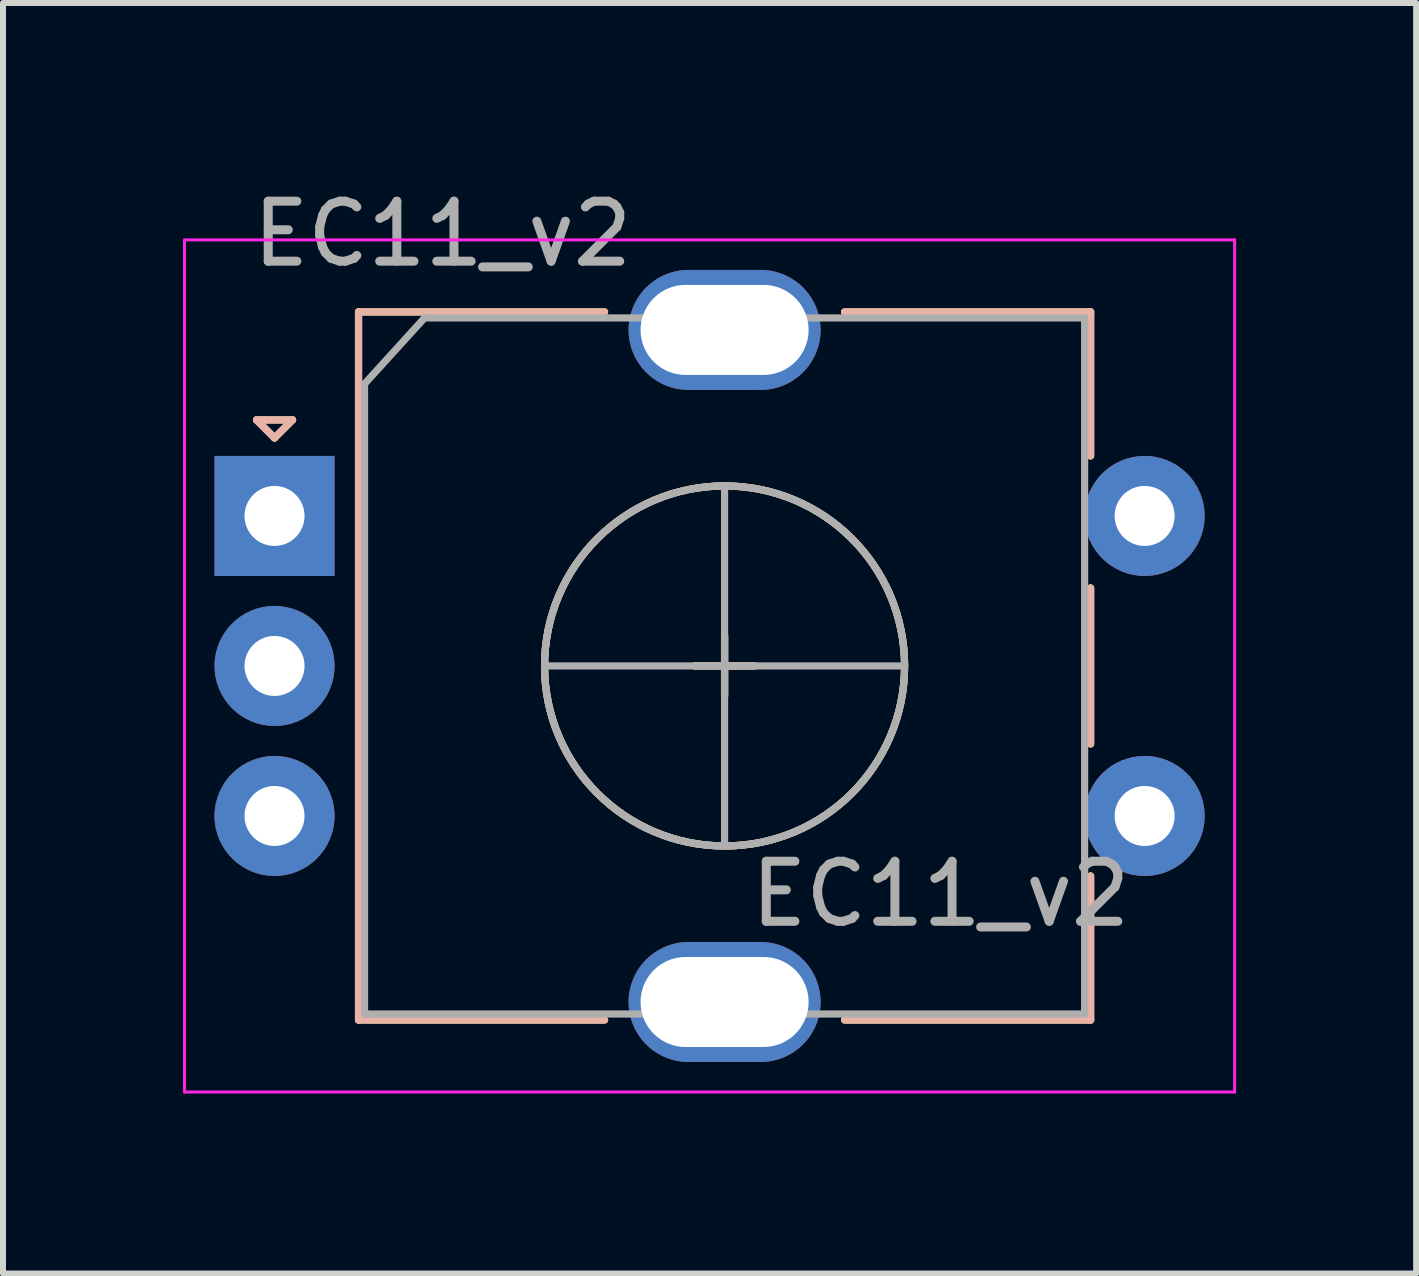
<source format=kicad_pcb>
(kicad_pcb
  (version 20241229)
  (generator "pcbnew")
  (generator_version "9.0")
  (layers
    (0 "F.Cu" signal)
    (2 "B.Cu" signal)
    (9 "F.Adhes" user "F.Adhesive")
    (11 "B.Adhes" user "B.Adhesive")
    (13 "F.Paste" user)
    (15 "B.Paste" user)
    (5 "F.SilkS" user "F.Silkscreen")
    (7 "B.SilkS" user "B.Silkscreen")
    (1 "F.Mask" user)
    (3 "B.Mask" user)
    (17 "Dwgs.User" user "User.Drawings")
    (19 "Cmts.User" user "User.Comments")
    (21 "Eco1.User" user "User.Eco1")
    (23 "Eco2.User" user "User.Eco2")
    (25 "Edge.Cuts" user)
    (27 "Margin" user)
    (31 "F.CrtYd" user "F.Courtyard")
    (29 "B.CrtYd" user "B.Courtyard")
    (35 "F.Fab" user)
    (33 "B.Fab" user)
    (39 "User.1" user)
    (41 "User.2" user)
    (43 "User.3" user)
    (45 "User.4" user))
  (footprint "EC11_v2"
    (layer "F.Cu")
    (at 9.025 8.048)
    (property "Reference" "EC11_v2" (at -4.7 -7.2 0) (layer "F.Fab") (effects (font (size 1 1) (thickness 0.15))))
    (attr through_hole)
    (fp_line (start -7.8 -4.1) (end -7.2 -4.1) (stroke (width 0.12) (type solid)) (layer "F.SilkS"))
    (fp_line (start -7.5 -3.8) (end -7.8 -4.1) (stroke (width 0.12) (type solid)) (layer "F.SilkS"))
    (fp_line (start -7.2 -4.1) (end -7.5 -3.8) (stroke (width 0.12) (type solid)) (layer "F.SilkS"))
    (fp_line (start -6.1 -5.9) (end -6.1 5.9) (stroke (width 0.12) (type solid)) (layer "F.SilkS"))
    (fp_line (start -2 -5.9) (end -6.1 -5.9) (stroke (width 0.12) (type solid)) (layer "F.SilkS"))
    (fp_line (start -2 5.9) (end -6.1 5.9) (stroke (width 0.12) (type solid)) (layer "F.SilkS"))
    (fp_line (start -0.5 0) (end 0.5 0) (stroke (width 0.12) (type solid)) (layer "F.SilkS"))
    (fp_line (start 0 -0.5) (end 0 0.5) (stroke (width 0.12) (type solid)) (layer "F.SilkS"))
    (fp_line (start 2 -5.9) (end 6.1 -5.9) (stroke (width 0.12) (type solid)) (layer "F.SilkS"))
    (fp_line (start 6.1 -5.9) (end 6.1 -3.5) (stroke (width 0.12) (type solid)) (layer "F.SilkS"))
    (fp_line (start 6.1 -1.3) (end 6.1 1.3) (stroke (width 0.12) (type solid)) (layer "F.SilkS"))
    (fp_line (start 6.1 3.5) (end 6.1 5.9) (stroke (width 0.12) (type solid)) (layer "F.SilkS"))
    (fp_line (start 6.1 5.9) (end 2 5.9) (stroke (width 0.12) (type solid)) (layer "F.SilkS"))
    (fp_circle (center 0 0) (end 3 0) (stroke (width 0.12) (type solid)) (fill no) (layer "F.SilkS"))
    (fp_line (start -7.8 -4.1) (end -7.2 -4.1) (stroke (width 0.12) (type solid)) (layer "B.SilkS"))
    (fp_line (start -7.5 -3.8) (end -7.8 -4.1) (stroke (width 0.12) (type solid)) (layer "B.SilkS"))
    (fp_line (start -7.2 -4.1) (end -7.5 -3.8) (stroke (width 0.12) (type solid)) (layer "B.SilkS"))
    (fp_line (start -6.1 -5.9) (end -6.1 5.9) (stroke (width 0.12) (type solid)) (layer "B.SilkS"))
    (fp_line (start -2 -5.9) (end -6.1 -5.9) (stroke (width 0.12) (type solid)) (layer "B.SilkS"))
    (fp_line (start -2 5.9) (end -6.1 5.9) (stroke (width 0.12) (type solid)) (layer "B.SilkS"))
    (fp_line (start -0.5 0) (end 0.5 0) (stroke (width 0.12) (type solid)) (layer "B.SilkS"))
    (fp_line (start 0 -0.5) (end 0 0.5) (stroke (width 0.12) (type solid)) (layer "B.SilkS"))
    (fp_line (start 2 -5.9) (end 6.1 -5.9) (stroke (width 0.12) (type solid)) (layer "B.SilkS"))
    (fp_line (start 6.1 -5.9) (end 6.1 -3.5) (stroke (width 0.12) (type solid)) (layer "B.SilkS"))
    (fp_line (start 6.1 -1.3) (end 6.1 1.3) (stroke (width 0.12) (type solid)) (layer "B.SilkS"))
    (fp_line (start 6.1 3.5) (end 6.1 5.9) (stroke (width 0.12) (type solid)) (layer "B.SilkS"))
    (fp_line (start 6.1 5.9) (end 2 5.9) (stroke (width 0.12) (type solid)) (layer "B.SilkS"))
    (fp_circle (center 0 0) (end 3 0) (stroke (width 0.12) (type solid)) (fill no) (layer "B.SilkS"))
    (fp_line (start -9 -7.1) (end -9 7.1) (stroke (width 0.05) (type solid)) (layer "F.CrtYd"))
    (fp_line (start -9 -7.1) (end 8.5 -7.1) (stroke (width 0.05) (type solid)) (layer "F.CrtYd"))
    (fp_line (start 8.5 7.1) (end -9 7.1) (stroke (width 0.05) (type solid)) (layer "F.CrtYd"))
    (fp_line (start 8.5 7.1) (end 8.5 -7.1) (stroke (width 0.05) (type solid)) (layer "F.CrtYd"))
    (fp_line (start -6 -4.7) (end -5 -5.8) (stroke (width 0.12) (type solid)) (layer "F.Fab"))
    (fp_line (start -6 5.8) (end -6 -4.7) (stroke (width 0.12) (type solid)) (layer "F.Fab"))
    (fp_line (start -5 -5.8) (end 6 -5.8) (stroke (width 0.12) (type solid)) (layer "F.Fab"))
    (fp_line (start -3 0) (end 3 0) (stroke (width 0.12) (type solid)) (layer "F.Fab"))
    (fp_line (start 0 -3) (end 0 3) (stroke (width 0.12) (type solid)) (layer "F.Fab"))
    (fp_line (start 6 -5.8) (end 6 5.8) (stroke (width 0.12) (type solid)) (layer "F.Fab"))
    (fp_line (start 6 5.8) (end -6 5.8) (stroke (width 0.12) (type solid)) (layer "F.Fab"))
    (fp_circle (center 0 0) (end 3 0) (stroke (width 0.12) (type solid)) (fill no) (layer "F.Fab"))
    (fp_text user "${REFERENCE}" (at 3.6 3.8 0) (layer "F.Fab") (effects (font (size 1 1) (thickness 0.15))))
    (pad "" thru_hole oval (at 0 -5.6) (size 3.2 2) (drill oval 2.8 1.5) (layers "*.Cu" "*.Mask"))
    (pad "" thru_hole oval (at 0 5.6) (size 3.2 2) (drill oval 2.8 1.5) (layers "*.Cu" "*.Mask"))
    (pad "A" thru_hole rect (at -7.5 -2.5) (size 2 2) (drill 1) (layers "*.Cu" "*.Mask"))
    (pad "B" thru_hole circle (at -7.5 2.5) (size 2 2) (drill 1) (layers "*.Cu" "*.Mask"))
    (pad "C" thru_hole circle (at -7.5 0) (size 2 2) (drill 1) (layers "*.Cu" "*.Mask"))
    (pad "S1" thru_hole circle (at 7 2.5) (size 2 2) (drill 1) (layers "*.Cu" "*.Mask"))
    (pad "S2" thru_hole circle (at 7 -2.5) (size 2 2) (drill 1) (layers "*.Cu" "*.Mask")))
  (gr_rect
    (start -3 -3)
    (end 20.55 18.173)
    (stroke (width 0.1) (type default))
    (fill no)
    (layer "Edge.Cuts")))
</source>
